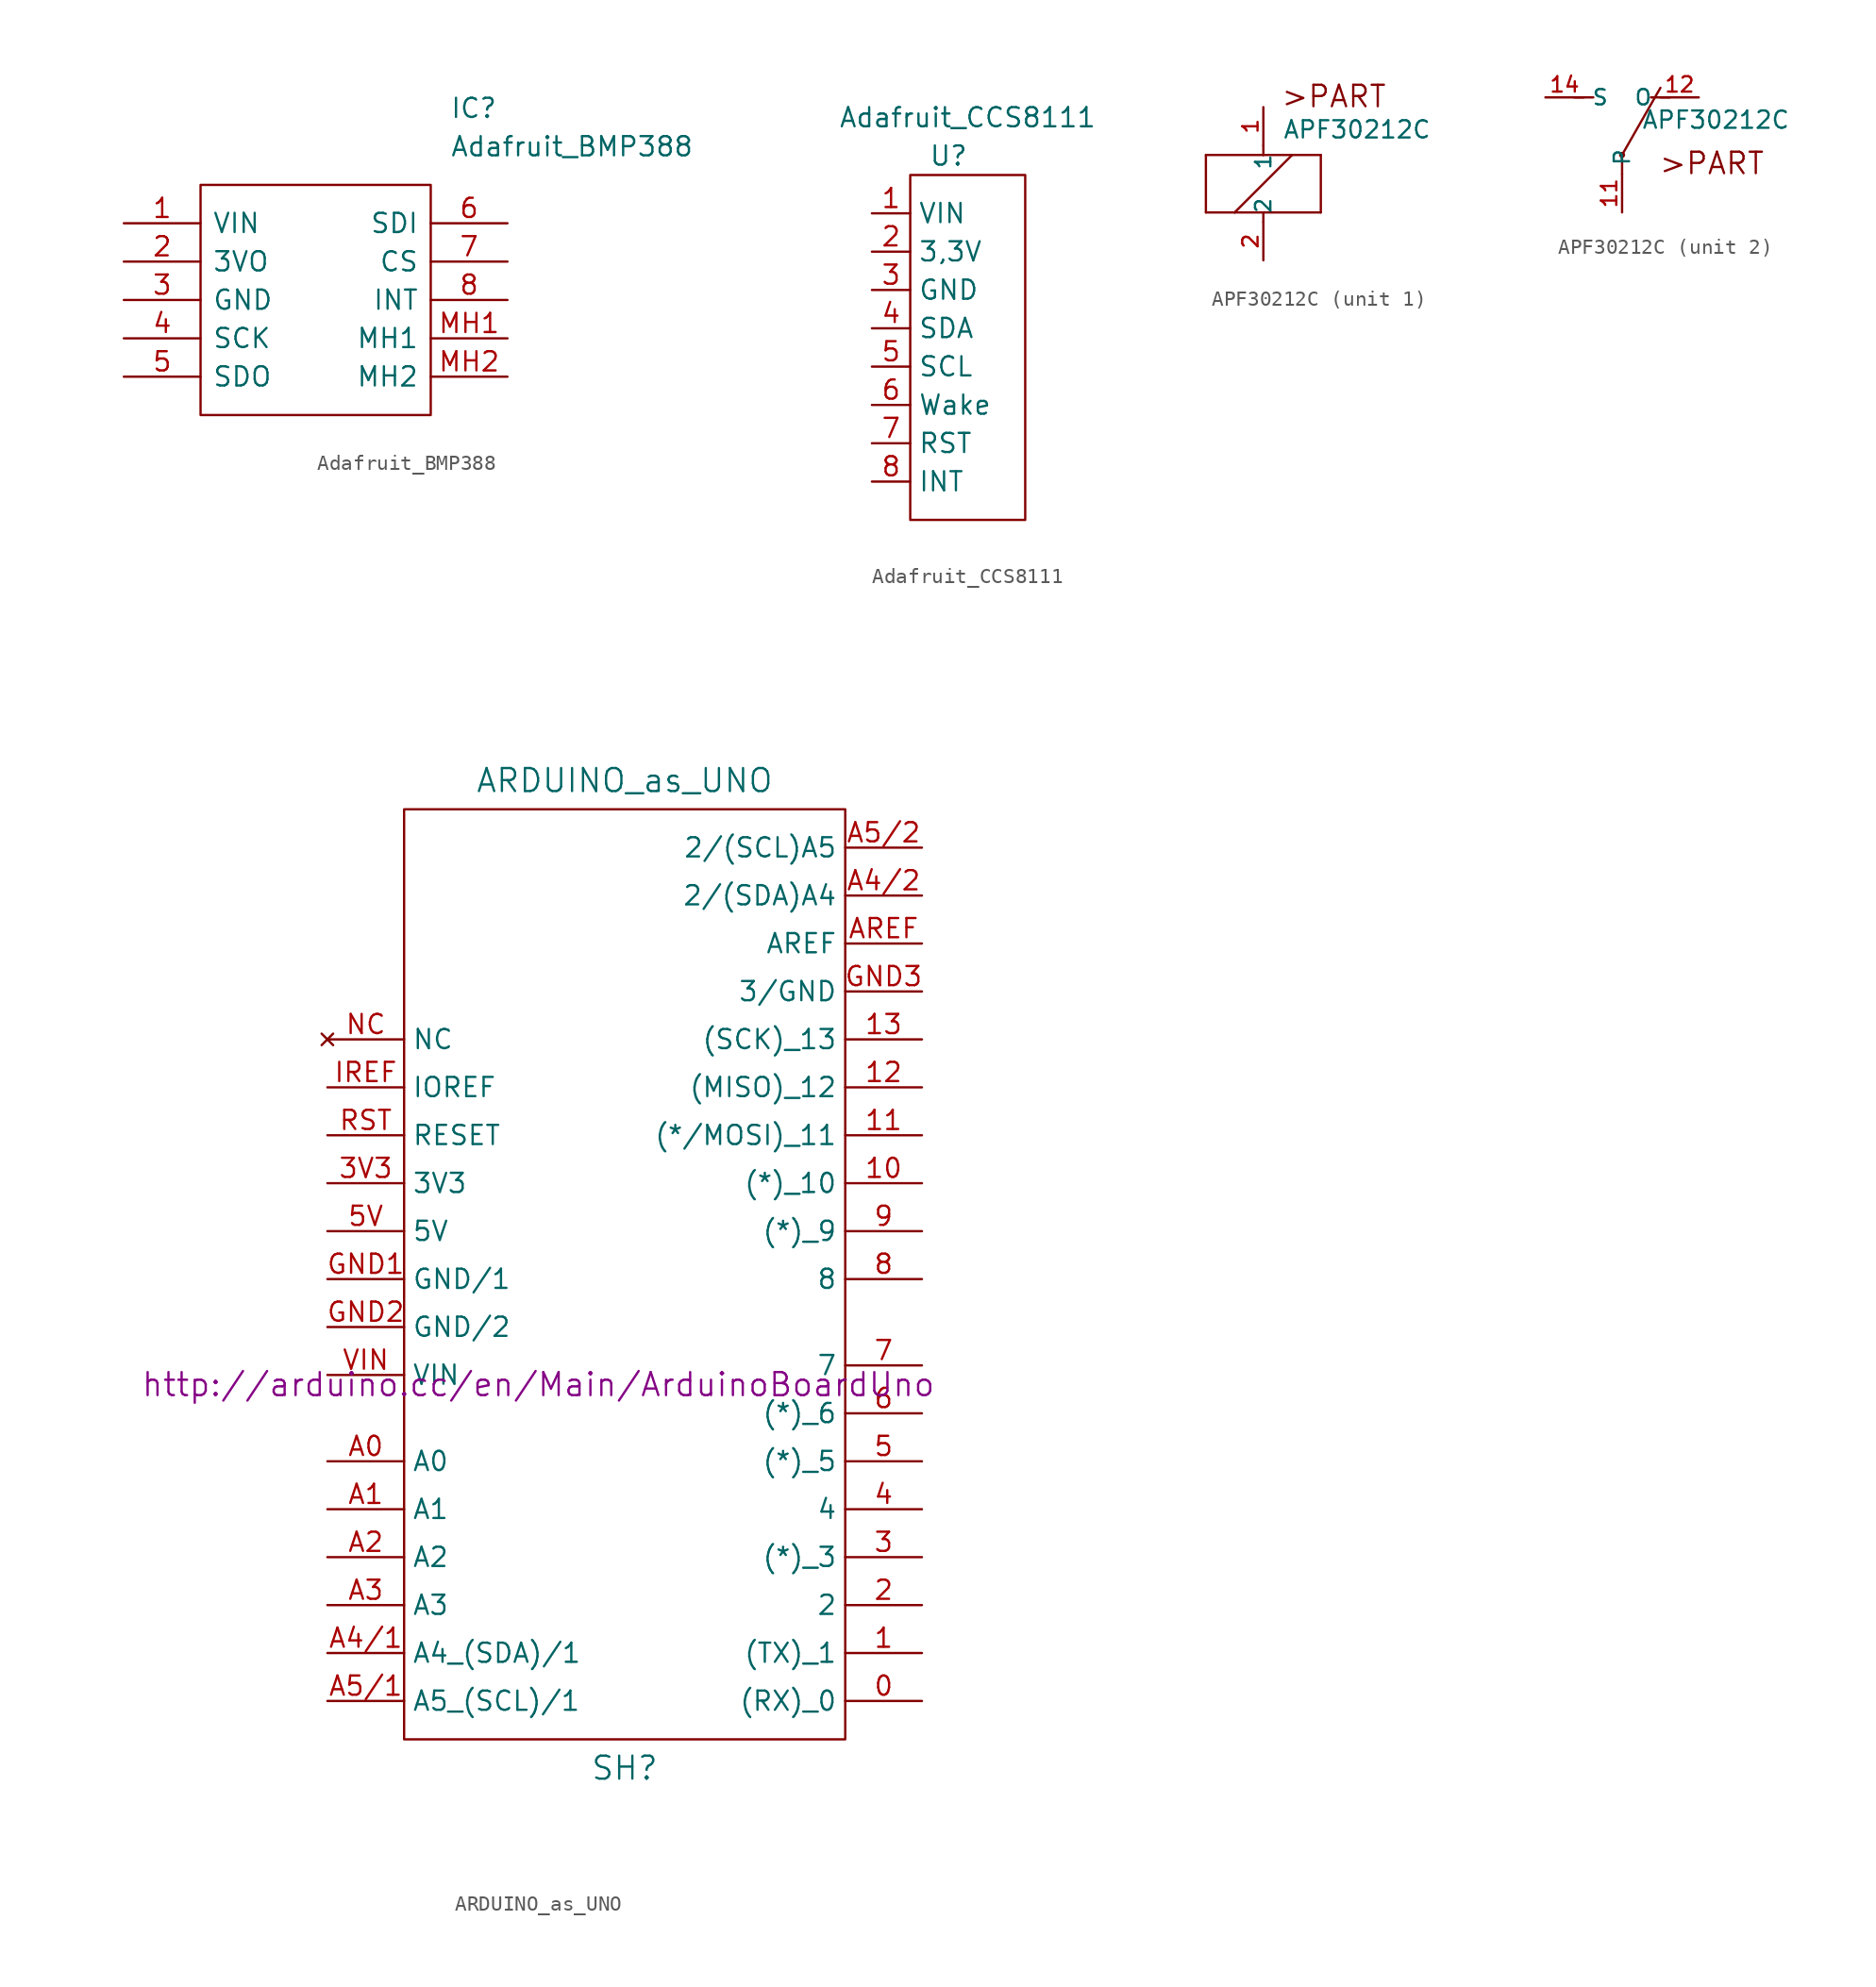
<source format=kicad_sym>
(kicad_symbol_lib
  (version 20201005)
  (generator kicad_symbol_editor)
  (symbol "Zimprich_neu:Adafruit_BMP388"
    (pin_names
      (offset 0.762))
    (property "Reference" "IC"
      (at 21.59 7.62 0)
      (effects (font (size 1.27 1.27)) (justify left)))
    (property "Value" "Adafruit_BMP388"
      (at 21.59 5.08 0)
      (effects (font (size 1.27 1.27)) (justify left)))
    (symbol "Adafruit_BMP388_0_1"
      (polyline (pts (xy 5.08 2.54) (xy 20.32 2.54) (xy 20.32 -12.7) (xy 5.08 -12.7) (xy 5.08 2.54)) (stroke (width 0.152)) (fill (type none))))
    (symbol "Adafruit_BMP388_0_0"
      (pin bidirectional line (at 0 0 0) (length 5.08) (name "VIN" (effects (font (size 1.27 1.27)))) (number "1" (effects (font (size 1.27 1.27)))))
      (pin bidirectional line (at 0 -2.54 0) (length 5.08) (name "3VO" (effects (font (size 1.27 1.27)))) (number "2" (effects (font (size 1.27 1.27)))))
      (pin bidirectional line (at 0 -5.08 0) (length 5.08) (name "GND" (effects (font (size 1.27 1.27)))) (number "3" (effects (font (size 1.27 1.27)))))
      (pin bidirectional line (at 0 -7.62 0) (length 5.08) (name "SCK" (effects (font (size 1.27 1.27)))) (number "4" (effects (font (size 1.27 1.27)))))
      (pin bidirectional line (at 0 -10.16 0) (length 5.08) (name "SDO" (effects (font (size 1.27 1.27)))) (number "5" (effects (font (size 1.27 1.27)))))
      (pin bidirectional line (at 25.4 0 180) (length 5.08) (name "SDI" (effects (font (size 1.27 1.27)))) (number "6" (effects (font (size 1.27 1.27)))))
      (pin bidirectional line (at 25.4 -2.54 180) (length 5.08) (name "CS" (effects (font (size 1.27 1.27)))) (number "7" (effects (font (size 1.27 1.27)))))
      (pin bidirectional line (at 25.4 -5.08 180) (length 5.08) (name "INT" (effects (font (size 1.27 1.27)))) (number "8" (effects (font (size 1.27 1.27)))))
      (pin bidirectional line (at 25.4 -7.62 180) (length 5.08) (name "MH1" (effects (font (size 1.27 1.27)))) (number "MH1" (effects (font (size 1.27 1.27)))))
      (pin bidirectional line (at 25.4 -10.16 180) (length 5.08) (name "MH2" (effects (font (size 1.27 1.27)))) (number "MH2" (effects (font (size 1.27 1.27)))))))
  (symbol "Zimprich_neu:Adafruit_CCS8111"
    (property "Reference" "U"
      (at -1.27 12.7 0)
      (effects (font (size 1.27 1.27))))
    (property "Value" "Adafruit_CCS8111"
      (at 0 15.24 0)
      (effects (font (size 1.27 1.27))))
    (symbol "Adafruit_CCS8111_0_1"
      (rectangle (start -3.81 11.43) (end 3.81 -11.43) (stroke (width 0)) (fill (type none)))
      (pin input line (at -6.35 8.89 0) (length 2.54) (name "VIN" (effects (font (size 1.27 1.27)))) (number "1" (effects (font (size 1.27 1.27)))))
      (pin input line (at -6.35 6.35 0) (length 2.54) (name "3,3V" (effects (font (size 1.27 1.27)))) (number "2" (effects (font (size 1.27 1.27)))))
      (pin input line (at -6.35 3.81 0) (length 2.54) (name "GND" (effects (font (size 1.27 1.27)))) (number "3" (effects (font (size 1.27 1.27)))))
      (pin input line (at -6.35 1.27 0) (length 2.54) (name "SDA" (effects (font (size 1.27 1.27)))) (number "4" (effects (font (size 1.27 1.27)))))
      (pin input line (at -6.35 -1.27 0) (length 2.54) (name "SCL" (effects (font (size 1.27 1.27)))) (number "5" (effects (font (size 1.27 1.27)))))
      (pin input line (at -6.35 -3.81 0) (length 2.54) (name "Wake" (effects (font (size 1.27 1.27)))) (number "6" (effects (font (size 1.27 1.27)))))
      (pin input line (at -6.35 -6.35 0) (length 2.54) (name "RST" (effects (font (size 1.27 1.27)))) (number "7" (effects (font (size 1.27 1.27)))))
      (pin input line (at -6.35 -8.89 0) (length 2.54) (name "INT" (effects (font (size 1.27 1.27)))) (number "8" (effects (font (size 1.27 1.27)))))))
  (symbol "Zimprich_neu:APF30212C"
    (property "Reference" "K"
      (at 0 0 0)
      (effects (font (size 1.143 1.143)) (justify left bottom) hide))
    (property "Value" "APF30212C"
      (at 1.27 2.921 0)
      (effects (font (size 1.143 1.143)) (justify left bottom)))
    (property "ki_locked" ""
      (at 0 0 0)
      (effects (font (size 1.27 1.27))))
    (symbol "APF30212C_2_1"
      (circle (center 0 1.27) (radius 0.127) (stroke (width 0)) (fill (type outline)))
      (pin passive line (at 0 -2.54 90) (length 2.54) (name "P" (effects (font (size 1.016 1.016)))) (number "11" (effects (font (size 1.016 1.016)))))
      (pin passive line (at 5.08 5.08 180) (length 2.54) (name "O" (effects (font (size 1.016 1.016)))) (number "12" (effects (font (size 1.016 1.016)))))
      (pin passive line (at -5.08 5.08 0) (length 2.54) (name "S" (effects (font (size 1.016 1.016)))) (number "14" (effects (font (size 1.016 1.016))))))
    (symbol "APF30212C_1_0"
      (text ">PART" (at 4.674 5.791 0) (effects (font (size 1.422 1.422))))
      (polyline (pts (xy -3.81 -1.905) (xy -1.905 -1.905)) (stroke (width 0)) (fill (type none)))
      (polyline (pts (xy -3.81 1.905) (xy -3.81 -1.905)) (stroke (width 0)) (fill (type none)))
      (polyline (pts (xy -1.905 -1.905) (xy 0 -1.905)) (stroke (width 0)) (fill (type none)))
      (polyline (pts (xy -1.905 -1.905) (xy 1.905 1.905)) (stroke (width 0)) (fill (type none)))
      (polyline (pts (xy 0 -2.54) (xy 0 -1.905)) (stroke (width 0)) (fill (type none)))
      (polyline (pts (xy 0 -1.905) (xy 3.81 -1.905)) (stroke (width 0)) (fill (type none)))
      (polyline (pts (xy 0 1.905) (xy -3.81 1.905)) (stroke (width 0)) (fill (type none)))
      (polyline (pts (xy 0 2.54) (xy 0 1.905)) (stroke (width 0)) (fill (type none)))
      (polyline (pts (xy 1.905 1.905) (xy 0 1.905)) (stroke (width 0)) (fill (type none)))
      (polyline (pts (xy 3.81 -1.905) (xy 3.81 1.905)) (stroke (width 0)) (fill (type none)))
      (polyline (pts (xy 3.81 1.905) (xy 1.905 1.905)) (stroke (width 0)) (fill (type none))))
    (symbol "APF30212C_2_0"
      (text ">PART" (at 5.944 0.711 0) (effects (font (size 1.422 1.422))))
      (polyline (pts (xy -3.175 5.08) (xy -1.905 5.08)) (stroke (width 0)) (fill (type none)))
      (polyline (pts (xy 0 1.27) (xy 0 0)) (stroke (width 0)) (fill (type none)))
      (polyline (pts (xy 0 1.27) (xy 2.54 5.715)) (stroke (width 0)) (fill (type none)))
      (polyline (pts (xy 3.175 5.08) (xy 1.905 5.08)) (stroke (width 0)) (fill (type none))))
    (symbol "APF30212C_1_1"
      (pin passive line (at 0 5.08 270) (length 2.54) (name "1" (effects (font (size 1.016 1.016)))) (number "1" (effects (font (size 1.016 1.016)))))
      (pin passive line (at 0 -5.08 90) (length 2.54) (name "2" (effects (font (size 1.016 1.016)))) (number "2" (effects (font (size 1.016 1.016)))))))
  (symbol "Zimprich_neu:ARDUINO_as_UNO"
    (property "Reference" "SH"
      (at 0.635 -31.115 0)
      (effects (font (size 1.524 1.524))))
    (property "Value" "ARDUINO_as_UNO"
      (at 0.635 34.29 0)
      (effects (font (size 1.524 1.524))))
    (property "Footprint" ""
      (at -5.08 -5.715 0)
      (effects (font (size 1.524 1.524))))
    (property "Datasheet" "http://arduino.cc/en/Main/ArduinoBoardUno"
      (at -5.08 -5.715 0)
      (effects (font (size 1.524 1.524))))
    (symbol "ARDUINO_as_UNO_0_1"
      (rectangle (start -13.97 -29.21) (end 15.24 32.385) (stroke (width 0)) (fill (type none))))
    (symbol "ARDUINO_as_UNO_1_1"
      (pin input line (at 20.32 -26.67 180) (length 5.08) (name "(RX)_0" (effects (font (size 1.27 1.27)))) (number "0" (effects (font (size 1.27 1.27)))))
      (pin input line (at 20.32 -23.495 180) (length 5.08) (name "(TX)_1" (effects (font (size 1.27 1.27)))) (number "1" (effects (font (size 1.27 1.27)))))
      (pin input line (at 20.32 7.62 180) (length 5.08) (name "(*)_10" (effects (font (size 1.27 1.27)))) (number "10" (effects (font (size 1.27 1.27)))))
      (pin input line (at 20.32 10.795 180) (length 5.08) (name "(*/MOSI)_11" (effects (font (size 1.27 1.27)))) (number "11" (effects (font (size 1.27 1.27)))))
      (pin input line (at 20.32 13.97 180) (length 5.08) (name "(MISO)_12" (effects (font (size 1.27 1.27)))) (number "12" (effects (font (size 1.27 1.27)))))
      (pin input line (at 20.32 17.145 180) (length 5.08) (name "(SCK)_13" (effects (font (size 1.27 1.27)))) (number "13" (effects (font (size 1.27 1.27)))))
      (pin input line (at 20.32 -20.32 180) (length 5.08) (name "2" (effects (font (size 1.27 1.27)))) (number "2" (effects (font (size 1.27 1.27)))))
      (pin input line (at 20.32 -17.145 180) (length 5.08) (name "(*)_3" (effects (font (size 1.27 1.27)))) (number "3" (effects (font (size 1.27 1.27)))))
      (pin input line (at -19.05 7.62 0) (length 5.08) (name "3V3" (effects (font (size 1.27 1.27)))) (number "3V3" (effects (font (size 1.27 1.27)))))
      (pin input line (at 20.32 -13.97 180) (length 5.08) (name "4" (effects (font (size 1.27 1.27)))) (number "4" (effects (font (size 1.27 1.27)))))
      (pin input line (at 20.32 -10.795 180) (length 5.08) (name "(*)_5" (effects (font (size 1.27 1.27)))) (number "5" (effects (font (size 1.27 1.27)))))
      (pin input line (at -19.05 4.445 0) (length 5.08) (name "5V" (effects (font (size 1.27 1.27)))) (number "5V" (effects (font (size 1.27 1.27)))))
      (pin input line (at 20.32 -7.62 180) (length 5.08) (name "(*)_6" (effects (font (size 1.27 1.27)))) (number "6" (effects (font (size 1.27 1.27)))))
      (pin input line (at 20.32 -4.445 180) (length 5.08) (name "7" (effects (font (size 1.27 1.27)))) (number "7" (effects (font (size 1.27 1.27)))))
      (pin input line (at 20.32 1.27 180) (length 5.08) (name "8" (effects (font (size 1.27 1.27)))) (number "8" (effects (font (size 1.27 1.27)))))
      (pin input line (at 20.32 4.445 180) (length 5.08) (name "(*)_9" (effects (font (size 1.27 1.27)))) (number "9" (effects (font (size 1.27 1.27)))))
      (pin input line (at -19.05 -10.795 0) (length 5.08) (name "A0" (effects (font (size 1.27 1.27)))) (number "A0" (effects (font (size 1.27 1.27)))))
      (pin input line (at -19.05 -13.97 0) (length 5.08) (name "A1" (effects (font (size 1.27 1.27)))) (number "A1" (effects (font (size 1.27 1.27)))))
      (pin input line (at -19.05 -17.145 0) (length 5.08) (name "A2" (effects (font (size 1.27 1.27)))) (number "A2" (effects (font (size 1.27 1.27)))))
      (pin input line (at -19.05 -20.32 0) (length 5.08) (name "A3" (effects (font (size 1.27 1.27)))) (number "A3" (effects (font (size 1.27 1.27)))))
      (pin input line (at -19.05 -23.495 0) (length 5.08) (name "A4_(SDA)/1" (effects (font (size 1.27 1.27)))) (number "A4/1" (effects (font (size 1.27 1.27)))))
      (pin input line (at 20.32 26.67 180) (length 5.08) (name "2/(SDA)A4" (effects (font (size 1.27 1.27)))) (number "A4/2" (effects (font (size 1.27 1.27)))))
      (pin input line (at -19.05 -26.67 0) (length 5.08) (name "A5_(SCL)/1" (effects (font (size 1.27 1.27)))) (number "A5/1" (effects (font (size 1.27 1.27)))))
      (pin input line (at 20.32 29.845 180) (length 5.08) (name "2/(SCL)A5" (effects (font (size 1.27 1.27)))) (number "A5/2" (effects (font (size 1.27 1.27)))))
      (pin input line (at 20.32 23.495 180) (length 5.08) (name "AREF" (effects (font (size 1.27 1.27)))) (number "AREF" (effects (font (size 1.27 1.27)))))
      (pin input line (at -19.05 1.27 0) (length 5.08) (name "GND/1" (effects (font (size 1.27 1.27)))) (number "GND1" (effects (font (size 1.27 1.27)))))
      (pin input line (at -19.05 -1.905 0) (length 5.08) (name "GND/2" (effects (font (size 1.27 1.27)))) (number "GND2" (effects (font (size 1.27 1.27)))))
      (pin input line (at 20.32 20.32 180) (length 5.08) (name "3/GND" (effects (font (size 1.27 1.27)))) (number "GND3" (effects (font (size 1.27 1.27)))))
      (pin input line (at -19.05 13.97 0) (length 5.08) (name "IOREF" (effects (font (size 1.27 1.27)))) (number "IREF" (effects (font (size 1.27 1.27)))))
      (pin unconnected line (at -19.05 17.145 0) (length 5.08) (name "NC" (effects (font (size 1.27 1.27)))) (number "NC" (effects (font (size 1.27 1.27)))))
      (pin input line (at -19.05 10.795 0) (length 5.08) (name "RESET" (effects (font (size 1.27 1.27)))) (number "RST" (effects (font (size 1.27 1.27)))))
      (pin input line (at -19.05 -5.08 0) (length 5.08) (name "VIN" (effects (font (size 1.27 1.27)))) (number "VIN" (effects (font (size 1.27 1.27))))))))
</source>
